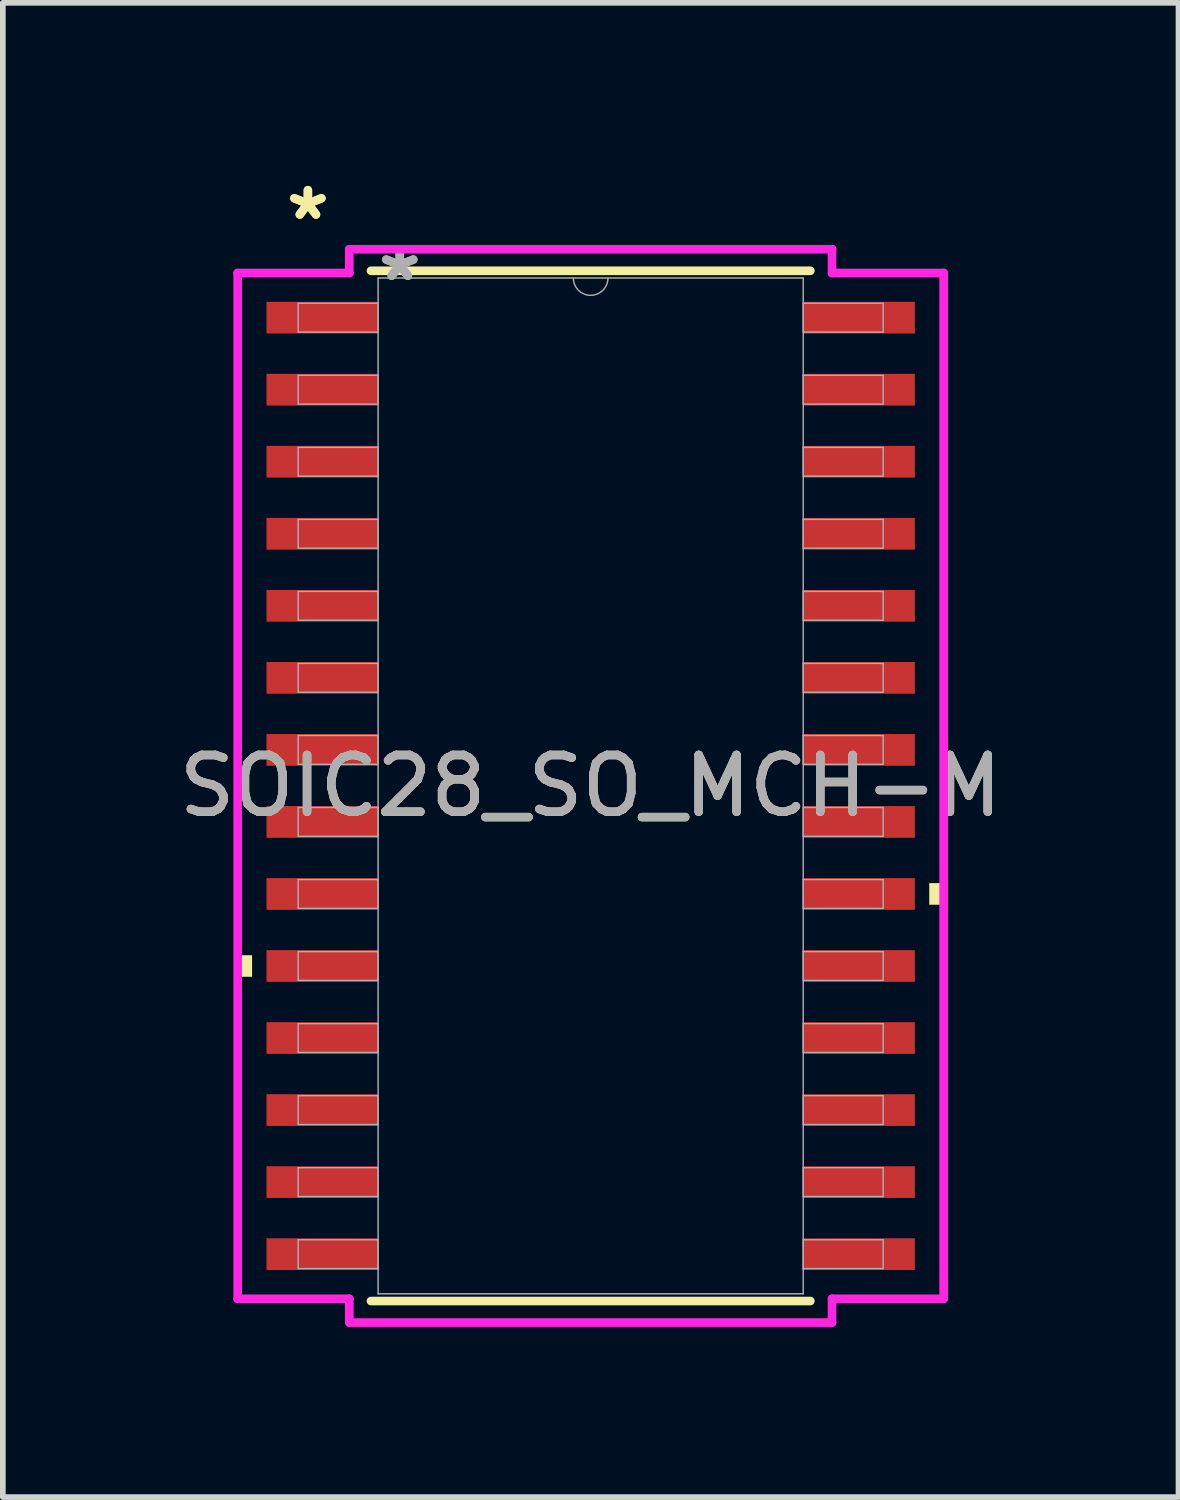
<source format=kicad_pcb>
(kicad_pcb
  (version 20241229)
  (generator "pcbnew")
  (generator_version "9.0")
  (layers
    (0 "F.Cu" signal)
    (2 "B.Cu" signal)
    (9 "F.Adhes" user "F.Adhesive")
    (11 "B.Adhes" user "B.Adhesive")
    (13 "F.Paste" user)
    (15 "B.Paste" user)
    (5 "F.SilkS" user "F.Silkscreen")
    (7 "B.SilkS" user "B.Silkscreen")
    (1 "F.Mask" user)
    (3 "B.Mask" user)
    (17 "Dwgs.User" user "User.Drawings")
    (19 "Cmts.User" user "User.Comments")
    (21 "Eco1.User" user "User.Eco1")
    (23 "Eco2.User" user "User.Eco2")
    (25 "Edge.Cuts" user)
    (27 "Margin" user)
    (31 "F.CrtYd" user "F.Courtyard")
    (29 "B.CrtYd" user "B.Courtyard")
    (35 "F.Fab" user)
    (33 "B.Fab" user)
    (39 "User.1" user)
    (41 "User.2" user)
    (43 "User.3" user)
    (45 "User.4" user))
  (footprint "SOIC28_SO_MCH-M"
    (layer "F.Cu")
    (at 7.363 10.805)
    (property "Reference" "SOIC28_SO_MCH-M" (at 0 0 0) (unlocked yes) (layer "F.SilkS") (effects (font (size 1 1) (thickness 0.15))))
    (attr smd)
    (fp_line (start -3.873 9.081) (end 3.873 9.081) (stroke (width 0.152) (type solid)) (layer "F.SilkS"))
    (fp_line (start 3.873 -9.081) (end -3.873 -9.081) (stroke (width 0.152) (type solid)) (layer "F.SilkS"))
    (fp_poly (pts (xy -6.223 2.985) (xy -6.223 3.365) (xy -5.969 3.365) (xy -5.969 2.985)) (stroke (width 0) (type solid)) (fill yes) (layer "F.SilkS"))
    (fp_poly (pts (xy 6.223 1.714) (xy 6.223 2.095) (xy 5.969 2.095) (xy 5.969 1.714)) (stroke (width 0) (type solid)) (fill yes) (layer "F.SilkS"))
    (fp_line (start -6.223 -9.042) (end -4.255 -9.042) (stroke (width 0.152) (type solid)) (layer "F.CrtYd"))
    (fp_line (start -6.223 9.042) (end -6.223 -9.042) (stroke (width 0.152) (type solid)) (layer "F.CrtYd"))
    (fp_line (start -6.223 9.042) (end -4.255 9.042) (stroke (width 0.152) (type solid)) (layer "F.CrtYd"))
    (fp_line (start -4.255 -9.461) (end 4.255 -9.461) (stroke (width 0.152) (type solid)) (layer "F.CrtYd"))
    (fp_line (start -4.255 -9.042) (end -4.255 -9.461) (stroke (width 0.152) (type solid)) (layer "F.CrtYd"))
    (fp_line (start -4.255 9.461) (end -4.255 9.042) (stroke (width 0.152) (type solid)) (layer "F.CrtYd"))
    (fp_line (start 4.255 -9.461) (end 4.255 -9.042) (stroke (width 0.152) (type solid)) (layer "F.CrtYd"))
    (fp_line (start 4.255 9.042) (end 4.255 9.461) (stroke (width 0.152) (type solid)) (layer "F.CrtYd"))
    (fp_line (start 4.255 9.461) (end -4.255 9.461) (stroke (width 0.152) (type solid)) (layer "F.CrtYd"))
    (fp_line (start 6.223 -9.042) (end 4.255 -9.042) (stroke (width 0.152) (type solid)) (layer "F.CrtYd"))
    (fp_line (start 6.223 -9.042) (end 6.223 9.042) (stroke (width 0.152) (type solid)) (layer "F.CrtYd"))
    (fp_line (start 6.223 9.042) (end 4.255 9.042) (stroke (width 0.152) (type solid)) (layer "F.CrtYd"))
    (fp_line (start -5.156 -8.509) (end -5.156 -8.001) (stroke (width 0.025) (type solid)) (layer "F.Fab"))
    (fp_line (start -5.156 -8.001) (end -3.747 -8.001) (stroke (width 0.025) (type solid)) (layer "F.Fab"))
    (fp_line (start -5.156 -7.239) (end -5.156 -6.731) (stroke (width 0.025) (type solid)) (layer "F.Fab"))
    (fp_line (start -5.156 -6.731) (end -3.747 -6.731) (stroke (width 0.025) (type solid)) (layer "F.Fab"))
    (fp_line (start -5.156 -5.969) (end -5.156 -5.461) (stroke (width 0.025) (type solid)) (layer "F.Fab"))
    (fp_line (start -5.156 -5.461) (end -3.747 -5.461) (stroke (width 0.025) (type solid)) (layer "F.Fab"))
    (fp_line (start -5.156 -4.699) (end -5.156 -4.191) (stroke (width 0.025) (type solid)) (layer "F.Fab"))
    (fp_line (start -5.156 -4.191) (end -3.747 -4.191) (stroke (width 0.025) (type solid)) (layer "F.Fab"))
    (fp_line (start -5.156 -3.429) (end -5.156 -2.921) (stroke (width 0.025) (type solid)) (layer "F.Fab"))
    (fp_line (start -5.156 -2.921) (end -3.747 -2.921) (stroke (width 0.025) (type solid)) (layer "F.Fab"))
    (fp_line (start -5.156 -2.159) (end -5.156 -1.651) (stroke (width 0.025) (type solid)) (layer "F.Fab"))
    (fp_line (start -5.156 -1.651) (end -3.747 -1.651) (stroke (width 0.025) (type solid)) (layer "F.Fab"))
    (fp_line (start -5.156 -0.889) (end -5.156 -0.381) (stroke (width 0.025) (type solid)) (layer "F.Fab"))
    (fp_line (start -5.156 -0.381) (end -3.747 -0.381) (stroke (width 0.025) (type solid)) (layer "F.Fab"))
    (fp_line (start -5.156 0.381) (end -5.156 0.889) (stroke (width 0.025) (type solid)) (layer "F.Fab"))
    (fp_line (start -5.156 0.889) (end -3.747 0.889) (stroke (width 0.025) (type solid)) (layer "F.Fab"))
    (fp_line (start -5.156 1.651) (end -5.156 2.159) (stroke (width 0.025) (type solid)) (layer "F.Fab"))
    (fp_line (start -5.156 2.159) (end -3.747 2.159) (stroke (width 0.025) (type solid)) (layer "F.Fab"))
    (fp_line (start -5.156 2.921) (end -5.156 3.429) (stroke (width 0.025) (type solid)) (layer "F.Fab"))
    (fp_line (start -5.156 3.429) (end -3.747 3.429) (stroke (width 0.025) (type solid)) (layer "F.Fab"))
    (fp_line (start -5.156 4.191) (end -5.156 4.699) (stroke (width 0.025) (type solid)) (layer "F.Fab"))
    (fp_line (start -5.156 4.699) (end -3.747 4.699) (stroke (width 0.025) (type solid)) (layer "F.Fab"))
    (fp_line (start -5.156 5.461) (end -5.156 5.969) (stroke (width 0.025) (type solid)) (layer "F.Fab"))
    (fp_line (start -5.156 5.969) (end -3.747 5.969) (stroke (width 0.025) (type solid)) (layer "F.Fab"))
    (fp_line (start -5.156 6.731) (end -5.156 7.239) (stroke (width 0.025) (type solid)) (layer "F.Fab"))
    (fp_line (start -5.156 7.239) (end -3.747 7.239) (stroke (width 0.025) (type solid)) (layer "F.Fab"))
    (fp_line (start -5.156 8.001) (end -5.156 8.509) (stroke (width 0.025) (type solid)) (layer "F.Fab"))
    (fp_line (start -5.156 8.509) (end -3.747 8.509) (stroke (width 0.025) (type solid)) (layer "F.Fab"))
    (fp_line (start -3.747 -8.954) (end -3.747 8.954) (stroke (width 0.025) (type solid)) (layer "F.Fab"))
    (fp_line (start -3.747 -8.509) (end -5.156 -8.509) (stroke (width 0.025) (type solid)) (layer "F.Fab"))
    (fp_line (start -3.747 -8.001) (end -3.747 -8.509) (stroke (width 0.025) (type solid)) (layer "F.Fab"))
    (fp_line (start -3.747 -7.239) (end -5.156 -7.239) (stroke (width 0.025) (type solid)) (layer "F.Fab"))
    (fp_line (start -3.747 -6.731) (end -3.747 -7.239) (stroke (width 0.025) (type solid)) (layer "F.Fab"))
    (fp_line (start -3.747 -5.969) (end -5.156 -5.969) (stroke (width 0.025) (type solid)) (layer "F.Fab"))
    (fp_line (start -3.747 -5.461) (end -3.747 -5.969) (stroke (width 0.025) (type solid)) (layer "F.Fab"))
    (fp_line (start -3.747 -4.699) (end -5.156 -4.699) (stroke (width 0.025) (type solid)) (layer "F.Fab"))
    (fp_line (start -3.747 -4.191) (end -3.747 -4.699) (stroke (width 0.025) (type solid)) (layer "F.Fab"))
    (fp_line (start -3.747 -3.429) (end -5.156 -3.429) (stroke (width 0.025) (type solid)) (layer "F.Fab"))
    (fp_line (start -3.747 -2.921) (end -3.747 -3.429) (stroke (width 0.025) (type solid)) (layer "F.Fab"))
    (fp_line (start -3.747 -2.159) (end -5.156 -2.159) (stroke (width 0.025) (type solid)) (layer "F.Fab"))
    (fp_line (start -3.747 -1.651) (end -3.747 -2.159) (stroke (width 0.025) (type solid)) (layer "F.Fab"))
    (fp_line (start -3.747 -0.889) (end -5.156 -0.889) (stroke (width 0.025) (type solid)) (layer "F.Fab"))
    (fp_line (start -3.747 -0.381) (end -3.747 -0.889) (stroke (width 0.025) (type solid)) (layer "F.Fab"))
    (fp_line (start -3.747 0.381) (end -5.156 0.381) (stroke (width 0.025) (type solid)) (layer "F.Fab"))
    (fp_line (start -3.747 0.889) (end -3.747 0.381) (stroke (width 0.025) (type solid)) (layer "F.Fab"))
    (fp_line (start -3.747 1.651) (end -5.156 1.651) (stroke (width 0.025) (type solid)) (layer "F.Fab"))
    (fp_line (start -3.747 2.159) (end -3.747 1.651) (stroke (width 0.025) (type solid)) (layer "F.Fab"))
    (fp_line (start -3.747 2.921) (end -5.156 2.921) (stroke (width 0.025) (type solid)) (layer "F.Fab"))
    (fp_line (start -3.747 3.429) (end -3.747 2.921) (stroke (width 0.025) (type solid)) (layer "F.Fab"))
    (fp_line (start -3.747 4.191) (end -5.156 4.191) (stroke (width 0.025) (type solid)) (layer "F.Fab"))
    (fp_line (start -3.747 4.699) (end -3.747 4.191) (stroke (width 0.025) (type solid)) (layer "F.Fab"))
    (fp_line (start -3.747 5.461) (end -5.156 5.461) (stroke (width 0.025) (type solid)) (layer "F.Fab"))
    (fp_line (start -3.747 5.969) (end -3.747 5.461) (stroke (width 0.025) (type solid)) (layer "F.Fab"))
    (fp_line (start -3.747 6.731) (end -5.156 6.731) (stroke (width 0.025) (type solid)) (layer "F.Fab"))
    (fp_line (start -3.747 7.239) (end -3.747 6.731) (stroke (width 0.025) (type solid)) (layer "F.Fab"))
    (fp_line (start -3.747 8.001) (end -5.156 8.001) (stroke (width 0.025) (type solid)) (layer "F.Fab"))
    (fp_line (start -3.747 8.509) (end -3.747 8.001) (stroke (width 0.025) (type solid)) (layer "F.Fab"))
    (fp_line (start -3.747 8.954) (end 3.747 8.954) (stroke (width 0.025) (type solid)) (layer "F.Fab"))
    (fp_line (start 3.747 -8.954) (end -3.747 -8.954) (stroke (width 0.025) (type solid)) (layer "F.Fab"))
    (fp_line (start 3.747 -8.509) (end 3.747 -8.001) (stroke (width 0.025) (type solid)) (layer "F.Fab"))
    (fp_line (start 3.747 -8.001) (end 5.156 -8.001) (stroke (width 0.025) (type solid)) (layer "F.Fab"))
    (fp_line (start 3.747 -7.239) (end 3.747 -6.731) (stroke (width 0.025) (type solid)) (layer "F.Fab"))
    (fp_line (start 3.747 -6.731) (end 5.156 -6.731) (stroke (width 0.025) (type solid)) (layer "F.Fab"))
    (fp_line (start 3.747 -5.969) (end 3.747 -5.461) (stroke (width 0.025) (type solid)) (layer "F.Fab"))
    (fp_line (start 3.747 -5.461) (end 5.156 -5.461) (stroke (width 0.025) (type solid)) (layer "F.Fab"))
    (fp_line (start 3.747 -4.699) (end 3.747 -4.191) (stroke (width 0.025) (type solid)) (layer "F.Fab"))
    (fp_line (start 3.747 -4.191) (end 5.156 -4.191) (stroke (width 0.025) (type solid)) (layer "F.Fab"))
    (fp_line (start 3.747 -3.429) (end 3.747 -2.921) (stroke (width 0.025) (type solid)) (layer "F.Fab"))
    (fp_line (start 3.747 -2.921) (end 5.156 -2.921) (stroke (width 0.025) (type solid)) (layer "F.Fab"))
    (fp_line (start 3.747 -2.159) (end 3.747 -1.651) (stroke (width 0.025) (type solid)) (layer "F.Fab"))
    (fp_line (start 3.747 -1.651) (end 5.156 -1.651) (stroke (width 0.025) (type solid)) (layer "F.Fab"))
    (fp_line (start 3.747 -0.889) (end 3.747 -0.381) (stroke (width 0.025) (type solid)) (layer "F.Fab"))
    (fp_line (start 3.747 -0.381) (end 5.156 -0.381) (stroke (width 0.025) (type solid)) (layer "F.Fab"))
    (fp_line (start 3.747 0.381) (end 3.747 0.889) (stroke (width 0.025) (type solid)) (layer "F.Fab"))
    (fp_line (start 3.747 0.889) (end 5.156 0.889) (stroke (width 0.025) (type solid)) (layer "F.Fab"))
    (fp_line (start 3.747 1.651) (end 3.747 2.159) (stroke (width 0.025) (type solid)) (layer "F.Fab"))
    (fp_line (start 3.747 2.159) (end 5.156 2.159) (stroke (width 0.025) (type solid)) (layer "F.Fab"))
    (fp_line (start 3.747 2.921) (end 3.747 3.429) (stroke (width 0.025) (type solid)) (layer "F.Fab"))
    (fp_line (start 3.747 3.429) (end 5.156 3.429) (stroke (width 0.025) (type solid)) (layer "F.Fab"))
    (fp_line (start 3.747 4.191) (end 3.747 4.699) (stroke (width 0.025) (type solid)) (layer "F.Fab"))
    (fp_line (start 3.747 4.699) (end 5.156 4.699) (stroke (width 0.025) (type solid)) (layer "F.Fab"))
    (fp_line (start 3.747 5.461) (end 3.747 5.969) (stroke (width 0.025) (type solid)) (layer "F.Fab"))
    (fp_line (start 3.747 5.969) (end 5.156 5.969) (stroke (width 0.025) (type solid)) (layer "F.Fab"))
    (fp_line (start 3.747 6.731) (end 3.747 7.239) (stroke (width 0.025) (type solid)) (layer "F.Fab"))
    (fp_line (start 3.747 7.239) (end 5.156 7.239) (stroke (width 0.025) (type solid)) (layer "F.Fab"))
    (fp_line (start 3.747 8.001) (end 3.747 8.509) (stroke (width 0.025) (type solid)) (layer "F.Fab"))
    (fp_line (start 3.747 8.509) (end 5.156 8.509) (stroke (width 0.025) (type solid)) (layer "F.Fab"))
    (fp_line (start 3.747 8.954) (end 3.747 -8.954) (stroke (width 0.025) (type solid)) (layer "F.Fab"))
    (fp_line (start 5.156 -8.509) (end 3.747 -8.509) (stroke (width 0.025) (type solid)) (layer "F.Fab"))
    (fp_line (start 5.156 -8.001) (end 5.156 -8.509) (stroke (width 0.025) (type solid)) (layer "F.Fab"))
    (fp_line (start 5.156 -7.239) (end 3.747 -7.239) (stroke (width 0.025) (type solid)) (layer "F.Fab"))
    (fp_line (start 5.156 -6.731) (end 5.156 -7.239) (stroke (width 0.025) (type solid)) (layer "F.Fab"))
    (fp_line (start 5.156 -5.969) (end 3.747 -5.969) (stroke (width 0.025) (type solid)) (layer "F.Fab"))
    (fp_line (start 5.156 -5.461) (end 5.156 -5.969) (stroke (width 0.025) (type solid)) (layer "F.Fab"))
    (fp_line (start 5.156 -4.699) (end 3.747 -4.699) (stroke (width 0.025) (type solid)) (layer "F.Fab"))
    (fp_line (start 5.156 -4.191) (end 5.156 -4.699) (stroke (width 0.025) (type solid)) (layer "F.Fab"))
    (fp_line (start 5.156 -3.429) (end 3.747 -3.429) (stroke (width 0.025) (type solid)) (layer "F.Fab"))
    (fp_line (start 5.156 -2.921) (end 5.156 -3.429) (stroke (width 0.025) (type solid)) (layer "F.Fab"))
    (fp_line (start 5.156 -2.159) (end 3.747 -2.159) (stroke (width 0.025) (type solid)) (layer "F.Fab"))
    (fp_line (start 5.156 -1.651) (end 5.156 -2.159) (stroke (width 0.025) (type solid)) (layer "F.Fab"))
    (fp_line (start 5.156 -0.889) (end 3.747 -0.889) (stroke (width 0.025) (type solid)) (layer "F.Fab"))
    (fp_line (start 5.156 -0.381) (end 5.156 -0.889) (stroke (width 0.025) (type solid)) (layer "F.Fab"))
    (fp_line (start 5.156 0.381) (end 3.747 0.381) (stroke (width 0.025) (type solid)) (layer "F.Fab"))
    (fp_line (start 5.156 0.889) (end 5.156 0.381) (stroke (width 0.025) (type solid)) (layer "F.Fab"))
    (fp_line (start 5.156 1.651) (end 3.747 1.651) (stroke (width 0.025) (type solid)) (layer "F.Fab"))
    (fp_line (start 5.156 2.159) (end 5.156 1.651) (stroke (width 0.025) (type solid)) (layer "F.Fab"))
    (fp_line (start 5.156 2.921) (end 3.747 2.921) (stroke (width 0.025) (type solid)) (layer "F.Fab"))
    (fp_line (start 5.156 3.429) (end 5.156 2.921) (stroke (width 0.025) (type solid)) (layer "F.Fab"))
    (fp_line (start 5.156 4.191) (end 3.747 4.191) (stroke (width 0.025) (type solid)) (layer "F.Fab"))
    (fp_line (start 5.156 4.699) (end 5.156 4.191) (stroke (width 0.025) (type solid)) (layer "F.Fab"))
    (fp_line (start 5.156 5.461) (end 3.747 5.461) (stroke (width 0.025) (type solid)) (layer "F.Fab"))
    (fp_line (start 5.156 5.969) (end 5.156 5.461) (stroke (width 0.025) (type solid)) (layer "F.Fab"))
    (fp_line (start 5.156 6.731) (end 3.747 6.731) (stroke (width 0.025) (type solid)) (layer "F.Fab"))
    (fp_line (start 5.156 7.239) (end 5.156 6.731) (stroke (width 0.025) (type solid)) (layer "F.Fab"))
    (fp_line (start 5.156 8.001) (end 3.747 8.001) (stroke (width 0.025) (type solid)) (layer "F.Fab"))
    (fp_line (start 5.156 8.509) (end 5.156 8.001) (stroke (width 0.025) (type solid)) (layer "F.Fab"))
    (fp_arc (start 0.3048 -8.9535) (mid 0 -8.6487) (end -0.3048 -8.9535) (stroke (width 0.0254) (type solid)) (layer "F.Fab"))
    (fp_text user "*" (at -4.985 -9.957 0) (layer "F.SilkS") (effects (font (size 1 1) (thickness 0.15))))
    (fp_text user "*" (at -4.985 -9.957 0) (unlocked yes) (layer "F.SilkS") (effects (font (size 1 1) (thickness 0.15))))
    (fp_text user "*" (at -3.365 -8.877 0) (unlocked yes) (layer "F.Fab") (effects (font (size 1 1) (thickness 0.15))))
    (fp_text user "*" (at -3.365 -8.877 0) (layer "F.Fab") (effects (font (size 1 1) (thickness 0.15))))
    (fp_text user "${REFERENCE}" (at 0 0 0) (unlocked yes) (layer "F.Fab") (effects (font (size 1 1) (thickness 0.15))))
    (pad "1" smd rect (at -4.731 -8.255) (size 1.968 0.559) (layers "F.Cu" "F.Mask" "F.Paste"))
    (pad "2" smd rect (at -4.731 -6.985) (size 1.968 0.559) (layers "F.Cu" "F.Mask" "F.Paste"))
    (pad "3" smd rect (at -4.731 -5.715) (size 1.968 0.559) (layers "F.Cu" "F.Mask" "F.Paste"))
    (pad "4" smd rect (at -4.731 -4.445) (size 1.968 0.559) (layers "F.Cu" "F.Mask" "F.Paste"))
    (pad "5" smd rect (at -4.731 -3.175) (size 1.968 0.559) (layers "F.Cu" "F.Mask" "F.Paste"))
    (pad "6" smd rect (at -4.731 -1.905) (size 1.968 0.559) (layers "F.Cu" "F.Mask" "F.Paste"))
    (pad "7" smd rect (at -4.731 -0.635) (size 1.968 0.559) (layers "F.Cu" "F.Mask" "F.Paste"))
    (pad "8" smd rect (at -4.731 0.635) (size 1.968 0.559) (layers "F.Cu" "F.Mask" "F.Paste"))
    (pad "9" smd rect (at -4.731 1.905) (size 1.968 0.559) (layers "F.Cu" "F.Mask" "F.Paste"))
    (pad "10" smd rect (at -4.731 3.175) (size 1.968 0.559) (layers "F.Cu" "F.Mask" "F.Paste"))
    (pad "11" smd rect (at -4.731 4.445) (size 1.968 0.559) (layers "F.Cu" "F.Mask" "F.Paste"))
    (pad "12" smd rect (at -4.731 5.715) (size 1.968 0.559) (layers "F.Cu" "F.Mask" "F.Paste"))
    (pad "13" smd rect (at -4.731 6.985) (size 1.968 0.559) (layers "F.Cu" "F.Mask" "F.Paste"))
    (pad "14" smd rect (at -4.731 8.255) (size 1.968 0.559) (layers "F.Cu" "F.Mask" "F.Paste"))
    (pad "15" smd rect (at 4.731 8.255) (size 1.968 0.559) (layers "F.Cu" "F.Mask" "F.Paste"))
    (pad "16" smd rect (at 4.731 6.985) (size 1.968 0.559) (layers "F.Cu" "F.Mask" "F.Paste"))
    (pad "17" smd rect (at 4.731 5.715) (size 1.968 0.559) (layers "F.Cu" "F.Mask" "F.Paste"))
    (pad "18" smd rect (at 4.731 4.445) (size 1.968 0.559) (layers "F.Cu" "F.Mask" "F.Paste"))
    (pad "19" smd rect (at 4.731 3.175) (size 1.968 0.559) (layers "F.Cu" "F.Mask" "F.Paste"))
    (pad "20" smd rect (at 4.731 1.905) (size 1.968 0.559) (layers "F.Cu" "F.Mask" "F.Paste"))
    (pad "21" smd rect (at 4.731 0.635) (size 1.968 0.559) (layers "F.Cu" "F.Mask" "F.Paste"))
    (pad "22" smd rect (at 4.731 -0.635) (size 1.968 0.559) (layers "F.Cu" "F.Mask" "F.Paste"))
    (pad "23" smd rect (at 4.731 -1.905) (size 1.968 0.559) (layers "F.Cu" "F.Mask" "F.Paste"))
    (pad "24" smd rect (at 4.731 -3.175) (size 1.968 0.559) (layers "F.Cu" "F.Mask" "F.Paste"))
    (pad "25" smd rect (at 4.731 -4.445) (size 1.968 0.559) (layers "F.Cu" "F.Mask" "F.Paste"))
    (pad "26" smd rect (at 4.731 -5.715) (size 1.968 0.559) (layers "F.Cu" "F.Mask" "F.Paste"))
    (pad "27" smd rect (at 4.731 -6.985) (size 1.968 0.559) (layers "F.Cu" "F.Mask" "F.Paste"))
    (pad "28" smd rect (at 4.731 -8.255) (size 1.968 0.559) (layers "F.Cu" "F.Mask" "F.Paste")))
  (gr_rect
    (start -3 -3)
    (end 17.726 23.343)
    (stroke (width 0.1) (type default))
    (fill no)
    (layer "Edge.Cuts")))
</source>
